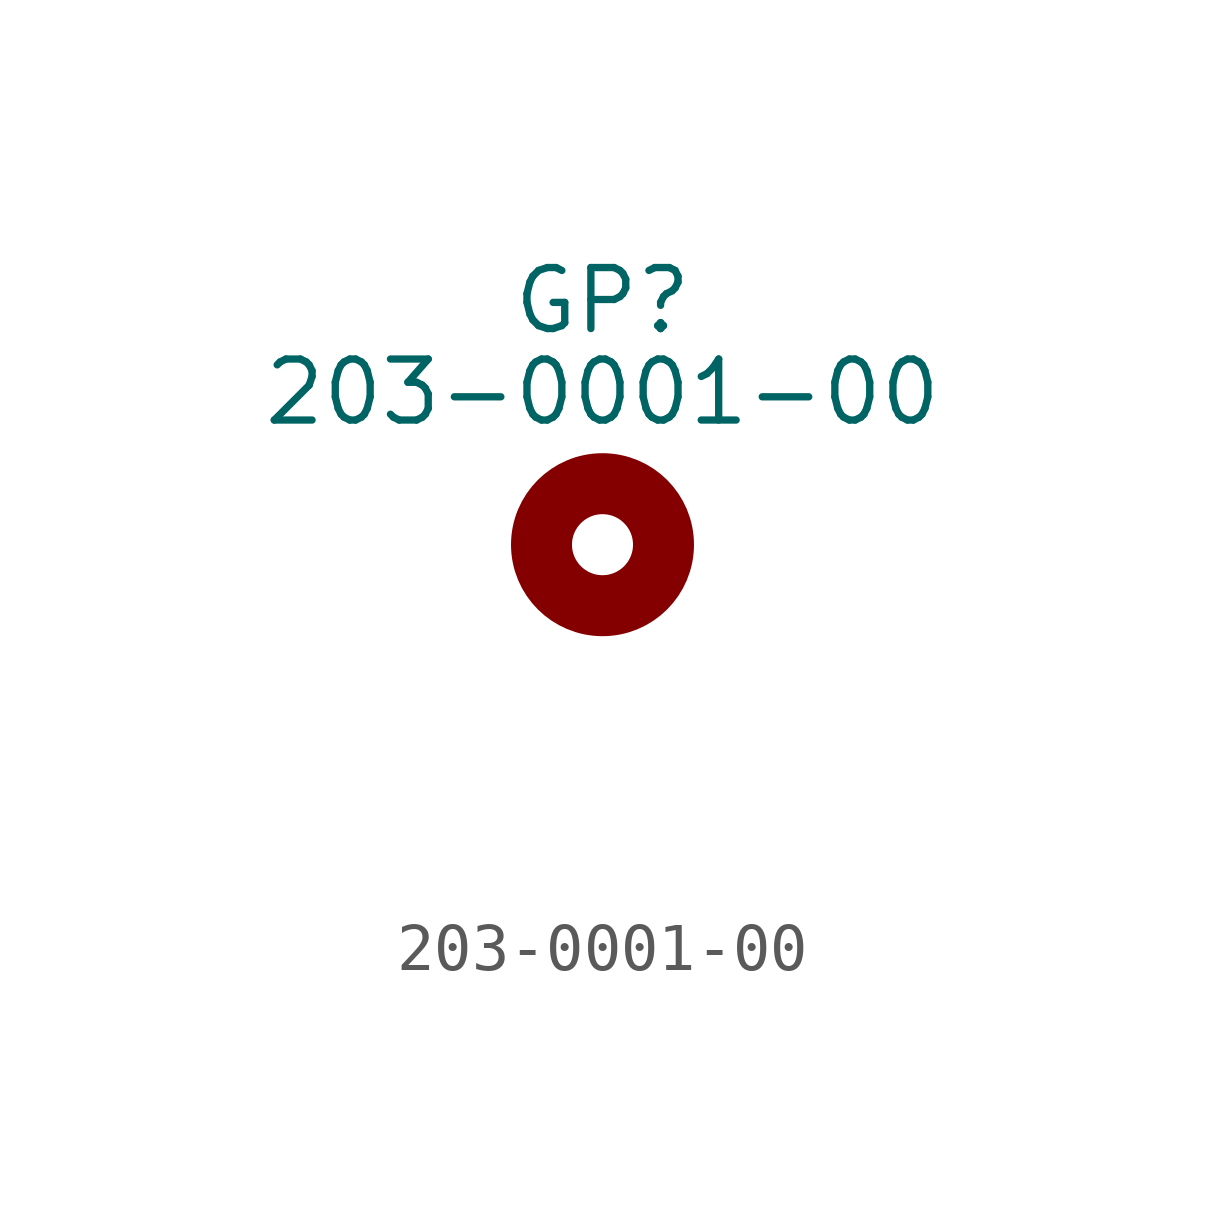
<source format=kicad_sym>
(kicad_symbol_lib
  (version 20211014)
  (generator kicad_symbol_editor)
  (symbol "203-0001-00"
    (pin_names
      (offset 1.016))
    (property "Reference" "GP"
      (at 0 5.08 0)
      (effects (font (size 1.27 1.27))))
    (property "Value" "203-0001-00"
      (at 0 3.175 0)
      (effects (font (size 1.27 1.27))))
    (symbol "203-0001-00_0_0"
      (pin no_connect line (at 0 -6.35 90) (length 5.08) hide (name "1" (effects (font (size 1.016 1.016)))) (number "1" (effects (font (size 1.016 1.016))))))
    (symbol "203-0001-00_0_1"
      (circle (center 0 0) (radius 1.27) (stroke (width 1.27) (type default) (color 0 0 0 0)) (fill (type none))))))
</source>
